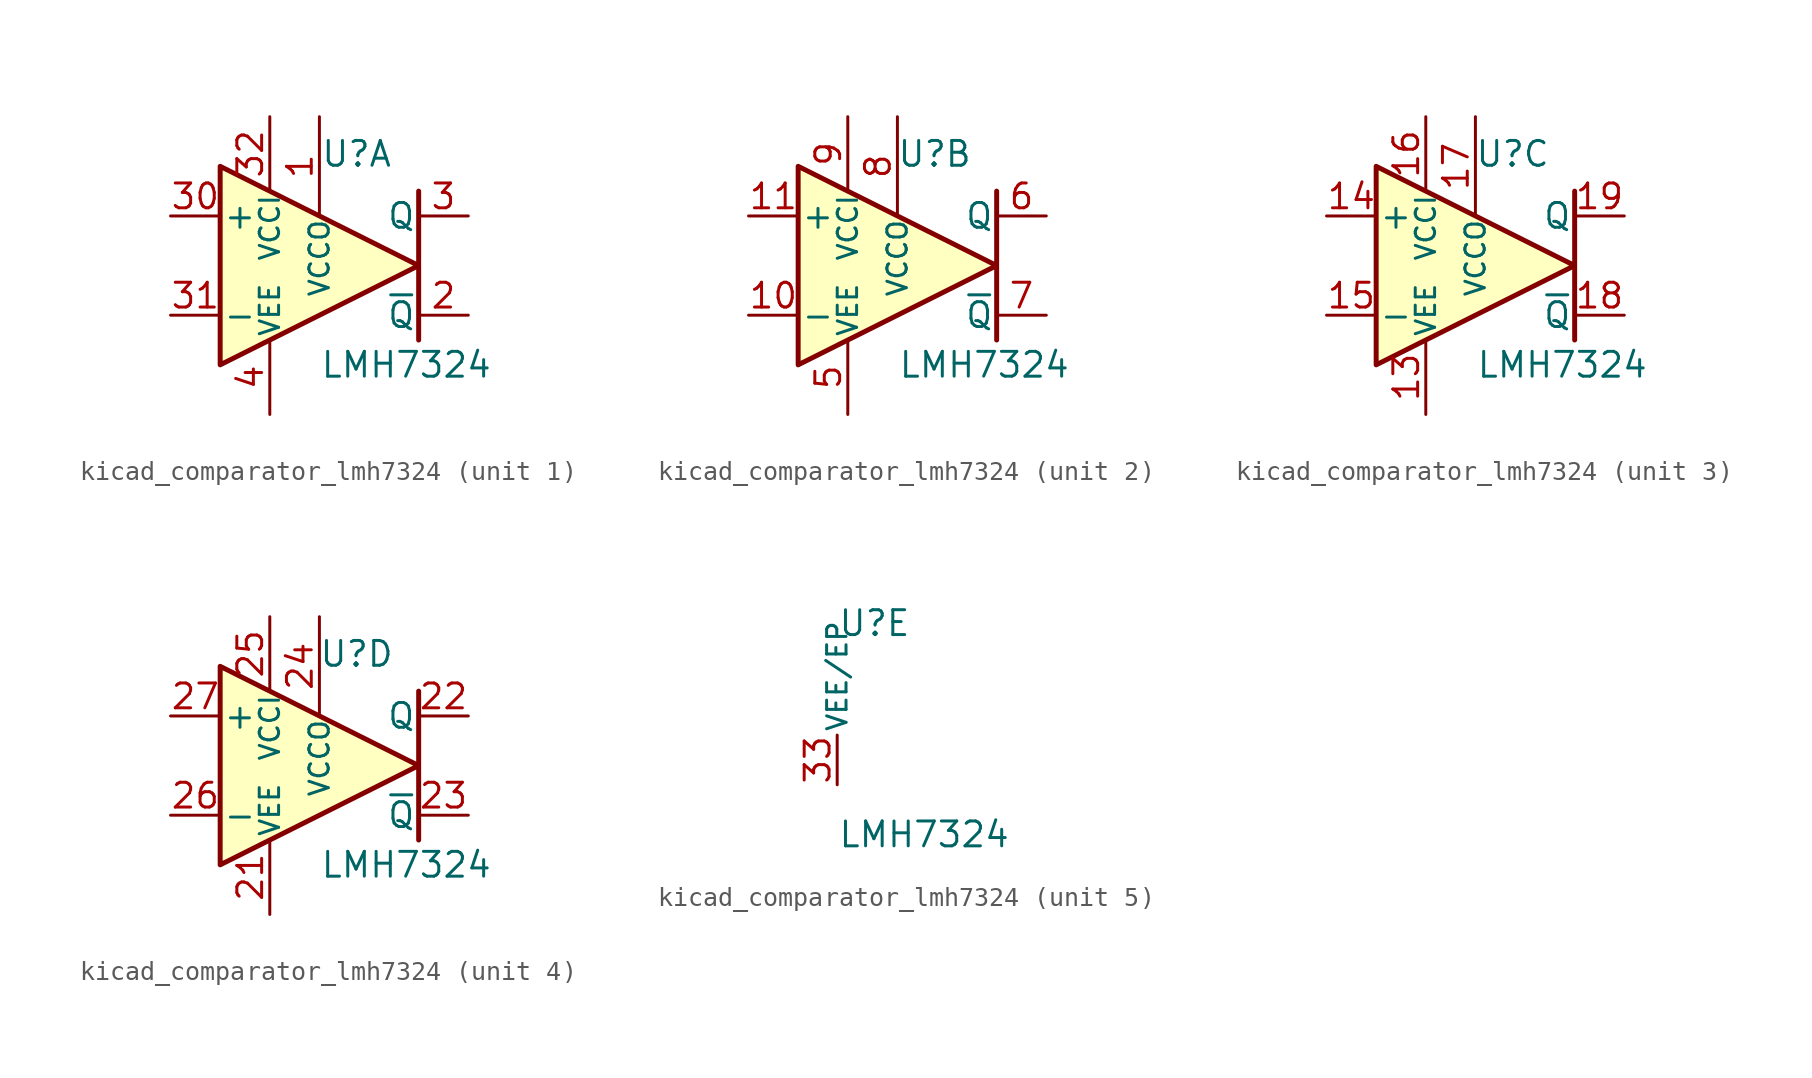
<source format=kicad_sym>
(kicad_symbol_lib
  (version 20220914)
  (generator kicad_symbol_editor)
  (symbol "kicad_comparator_lmh7324"
    (pin_names
      (offset 0.127))
    (property "Reference" "U"
      (at 1.905 5.715 0)
      (effects (font (size 1.27 1.27))))
    (property "Value" "LMH7324"
      (at 4.445 -5.08 0)
      (effects (font (size 1.27 1.27))))
    (property "ki_locked" ""
      (at 0 0 0)
      (effects (font (size 1.27 1.27))))
    (symbol "kicad_comparator_lmh7324_1_1"
      (polyline (pts (xy 5.08 3.81) (xy 5.08 0) (xy -5.08 5.08) (xy -5.08 -5.08) (xy 5.08 0) (xy 5.08 -3.81)) (stroke (width 0.254) (type default)) (fill (type background)))
      (pin power_in line (at 0 7.62 270) (length 5.08) (name "VCCO" (effects (font (size 0.991 0.991)))) (number "1" (effects (font (size 1.27 1.27)))))
      (pin output line (at 7.62 -2.54 180) (length 2.54) (name "~{Q}" (effects (font (size 1.27 1.27)))) (number "2" (effects (font (size 1.27 1.27)))))
      (pin passive line (at -2.54 -7.62 90) (length 3.81) hide (name "VEE" (effects (font (size 0.991 0.991)))) (number "29" (effects (font (size 1.27 1.27)))))
      (pin output line (at 7.62 2.54 180) (length 2.54) (name "Q" (effects (font (size 1.27 1.27)))) (number "3" (effects (font (size 1.27 1.27)))))
      (pin input line (at -7.62 2.54 0) (length 2.54) (name "+" (effects (font (size 1.27 1.27)))) (number "30" (effects (font (size 1.27 1.27)))))
      (pin input line (at -7.62 -2.54 0) (length 2.54) (name "-" (effects (font (size 1.27 1.27)))) (number "31" (effects (font (size 1.27 1.27)))))
      (pin power_in line (at -2.54 7.62 270) (length 3.81) (name "VCCI" (effects (font (size 0.991 0.991)))) (number "32" (effects (font (size 1.27 1.27)))))
      (pin power_in line (at -2.54 -7.62 90) (length 3.81) (name "VEE" (effects (font (size 0.991 0.991)))) (number "4" (effects (font (size 1.27 1.27))))))
    (symbol "kicad_comparator_lmh7324_2_1"
      (polyline (pts (xy 5.08 3.81) (xy 5.08 0) (xy -5.08 5.08) (xy -5.08 -5.08) (xy 5.08 0) (xy 5.08 -3.81)) (stroke (width 0.254) (type default)) (fill (type background)))
      (pin input line (at -7.62 -2.54 0) (length 2.54) (name "-" (effects (font (size 1.27 1.27)))) (number "10" (effects (font (size 1.27 1.27)))))
      (pin input line (at -7.62 2.54 0) (length 2.54) (name "+" (effects (font (size 1.27 1.27)))) (number "11" (effects (font (size 1.27 1.27)))))
      (pin passive line (at -2.54 -7.62 90) (length 3.81) hide (name "VEE" (effects (font (size 0.991 0.991)))) (number "12" (effects (font (size 1.27 1.27)))))
      (pin power_in line (at -2.54 -7.62 90) (length 3.81) (name "VEE" (effects (font (size 0.991 0.991)))) (number "5" (effects (font (size 1.27 1.27)))))
      (pin output line (at 7.62 2.54 180) (length 2.54) (name "Q" (effects (font (size 1.27 1.27)))) (number "6" (effects (font (size 1.27 1.27)))))
      (pin output line (at 7.62 -2.54 180) (length 2.54) (name "~{Q}" (effects (font (size 1.27 1.27)))) (number "7" (effects (font (size 1.27 1.27)))))
      (pin power_in line (at 0 7.62 270) (length 5.08) (name "VCCO" (effects (font (size 0.991 0.991)))) (number "8" (effects (font (size 1.27 1.27)))))
      (pin power_in line (at -2.54 7.62 270) (length 3.81) (name "VCCI" (effects (font (size 0.991 0.991)))) (number "9" (effects (font (size 1.27 1.27))))))
    (symbol "kicad_comparator_lmh7324_3_1"
      (polyline (pts (xy 5.08 3.81) (xy 5.08 0) (xy -5.08 5.08) (xy -5.08 -5.08) (xy 5.08 0) (xy 5.08 -3.81)) (stroke (width 0.254) (type default)) (fill (type background)))
      (pin power_in line (at -2.54 -7.62 90) (length 3.81) (name "VEE" (effects (font (size 0.991 0.991)))) (number "13" (effects (font (size 1.27 1.27)))))
      (pin input line (at -7.62 2.54 0) (length 2.54) (name "+" (effects (font (size 1.27 1.27)))) (number "14" (effects (font (size 1.27 1.27)))))
      (pin input line (at -7.62 -2.54 0) (length 2.54) (name "-" (effects (font (size 1.27 1.27)))) (number "15" (effects (font (size 1.27 1.27)))))
      (pin power_in line (at -2.54 7.62 270) (length 3.81) (name "VCCI" (effects (font (size 0.991 0.991)))) (number "16" (effects (font (size 1.27 1.27)))))
      (pin power_in line (at 0 7.62 270) (length 5.08) (name "VCCO" (effects (font (size 0.991 0.991)))) (number "17" (effects (font (size 1.27 1.27)))))
      (pin output line (at 7.62 -2.54 180) (length 2.54) (name "~{Q}" (effects (font (size 1.27 1.27)))) (number "18" (effects (font (size 1.27 1.27)))))
      (pin output line (at 7.62 2.54 180) (length 2.54) (name "Q" (effects (font (size 1.27 1.27)))) (number "19" (effects (font (size 1.27 1.27)))))
      (pin passive line (at -2.54 -7.62 90) (length 3.81) hide (name "VEE" (effects (font (size 0.991 0.991)))) (number "20" (effects (font (size 1.27 1.27))))))
    (symbol "kicad_comparator_lmh7324_4_1"
      (polyline (pts (xy 5.08 3.81) (xy 5.08 0) (xy -5.08 5.08) (xy -5.08 -5.08) (xy 5.08 0) (xy 5.08 -3.81)) (stroke (width 0.254) (type default)) (fill (type background)))
      (pin power_in line (at -2.54 -7.62 90) (length 3.81) (name "VEE" (effects (font (size 0.991 0.991)))) (number "21" (effects (font (size 1.27 1.27)))))
      (pin output line (at 7.62 2.54 180) (length 2.54) (name "Q" (effects (font (size 1.27 1.27)))) (number "22" (effects (font (size 1.27 1.27)))))
      (pin output line (at 7.62 -2.54 180) (length 2.54) (name "~{Q}" (effects (font (size 1.27 1.27)))) (number "23" (effects (font (size 1.27 1.27)))))
      (pin power_in line (at 0 7.62 270) (length 5.08) (name "VCCO" (effects (font (size 0.991 0.991)))) (number "24" (effects (font (size 1.27 1.27)))))
      (pin power_in line (at -2.54 7.62 270) (length 3.81) (name "VCCI" (effects (font (size 0.991 0.991)))) (number "25" (effects (font (size 1.27 1.27)))))
      (pin input line (at -7.62 -2.54 0) (length 2.54) (name "-" (effects (font (size 1.27 1.27)))) (number "26" (effects (font (size 1.27 1.27)))))
      (pin input line (at -7.62 2.54 0) (length 2.54) (name "+" (effects (font (size 1.27 1.27)))) (number "27" (effects (font (size 1.27 1.27)))))
      (pin passive line (at -2.54 -7.62 90) (length 3.81) hide (name "VEE" (effects (font (size 0.991 0.991)))) (number "28" (effects (font (size 1.27 1.27))))))
    (symbol "kicad_comparator_lmh7324_5_1"
      (pin power_in line (at 0 -2.54 90) (length 2.54) (name "VEE/EP" (effects (font (size 0.991 0.991)))) (number "33" (effects (font (size 1.27 1.27))))))))
</source>
